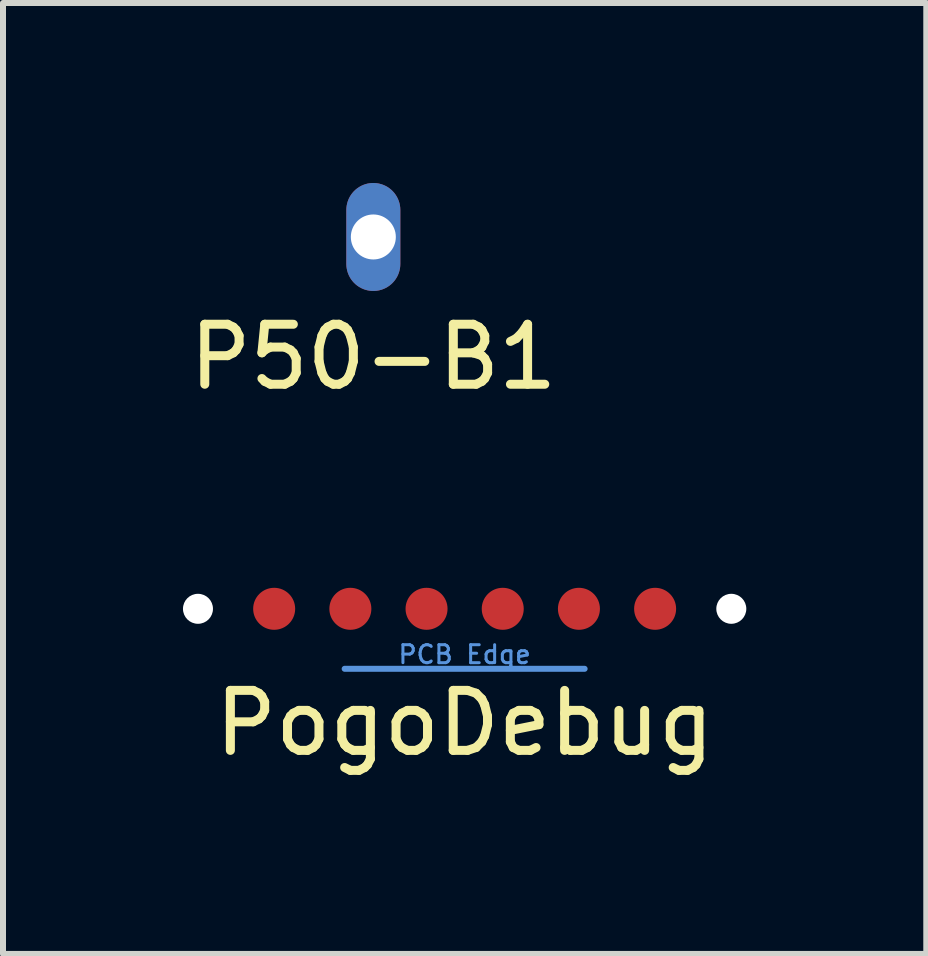
<source format=kicad_pcb>
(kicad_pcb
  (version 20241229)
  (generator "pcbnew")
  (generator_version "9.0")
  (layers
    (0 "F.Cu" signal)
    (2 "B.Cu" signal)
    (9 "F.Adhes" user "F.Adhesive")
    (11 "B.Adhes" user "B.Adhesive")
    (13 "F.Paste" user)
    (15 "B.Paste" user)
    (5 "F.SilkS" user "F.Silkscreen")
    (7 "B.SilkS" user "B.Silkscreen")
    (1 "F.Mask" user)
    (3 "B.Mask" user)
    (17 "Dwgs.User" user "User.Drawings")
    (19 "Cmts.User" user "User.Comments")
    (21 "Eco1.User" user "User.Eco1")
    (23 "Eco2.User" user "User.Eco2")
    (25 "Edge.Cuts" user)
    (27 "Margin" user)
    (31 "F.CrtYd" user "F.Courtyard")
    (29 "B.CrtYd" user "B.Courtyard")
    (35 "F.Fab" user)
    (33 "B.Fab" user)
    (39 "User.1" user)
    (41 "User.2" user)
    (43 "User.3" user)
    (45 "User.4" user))
  (footprint "P50-B1"
    (layer "F.Cu")
    (at 3.173 0.9)
    (property "Reference" "P50-B1" (at 0 2 0) (layer "F.SilkS") (effects (font (size 1 1) (thickness 0.15))))
    (attr through_hole)
    (pad "1" thru_hole oval (at 0 0) (size 0.9 1.8) (drill 0.75) (layers "*.Cu" "*.Mask")))
  (footprint "PogoDebug"
    (layer "F.Cu")
    (at 4.695 7.098)
    (property "Reference" "PogoDebug" (at 0 1.905 0) (layer "F.SilkS") (effects (font (size 1 1) (thickness 0.15))))
    (attr exclude_from_pos_files exclude_from_bom)
    (fp_line (start -2 1) (end 2 1) (stroke (width 0.1) (type solid)) (layer "Cmts.User"))
    (fp_text user "PCB Edge" (at 0 0.762 0) (layer "Cmts.User") (effects (font (size 0.3 0.3) (thickness 0.05))))
    (pad "" np_thru_hole circle (at -4.445 0) (size 0.5 0.5) (drill 0.5) (layers "*.Cu" "*.Mask"))
    (pad "" np_thru_hole circle (at 4.445 0) (size 0.5 0.5) (drill 0.5) (layers "*.Cu" "*.Mask"))
    (pad "1" smd circle (at -3.175 0) (size 0.7 0.7) (layers "F.Cu" "F.Mask" "F.Paste"))
    (pad "2" smd circle (at -1.905 0) (size 0.7 0.7) (layers "F.Cu" "F.Mask" "F.Paste"))
    (pad "3" smd circle (at -0.635 0) (size 0.7 0.7) (layers "F.Cu" "F.Mask" "F.Paste"))
    (pad "4" smd circle (at 0.635 0) (size 0.7 0.7) (layers "F.Cu" "F.Mask" "F.Paste"))
    (pad "5" smd circle (at 1.905 0) (size 0.7 0.7) (layers "F.Cu" "F.Mask" "F.Paste"))
    (pad "6" smd circle (at 3.175 0) (size 0.7 0.7) (layers "F.Cu" "F.Mask" "F.Paste")))
  (gr_rect
    (start -3 -3)
    (end 12.39 12.851)
    (stroke (width 0.1) (type default))
    (fill no)
    (layer "Edge.Cuts")))
</source>
